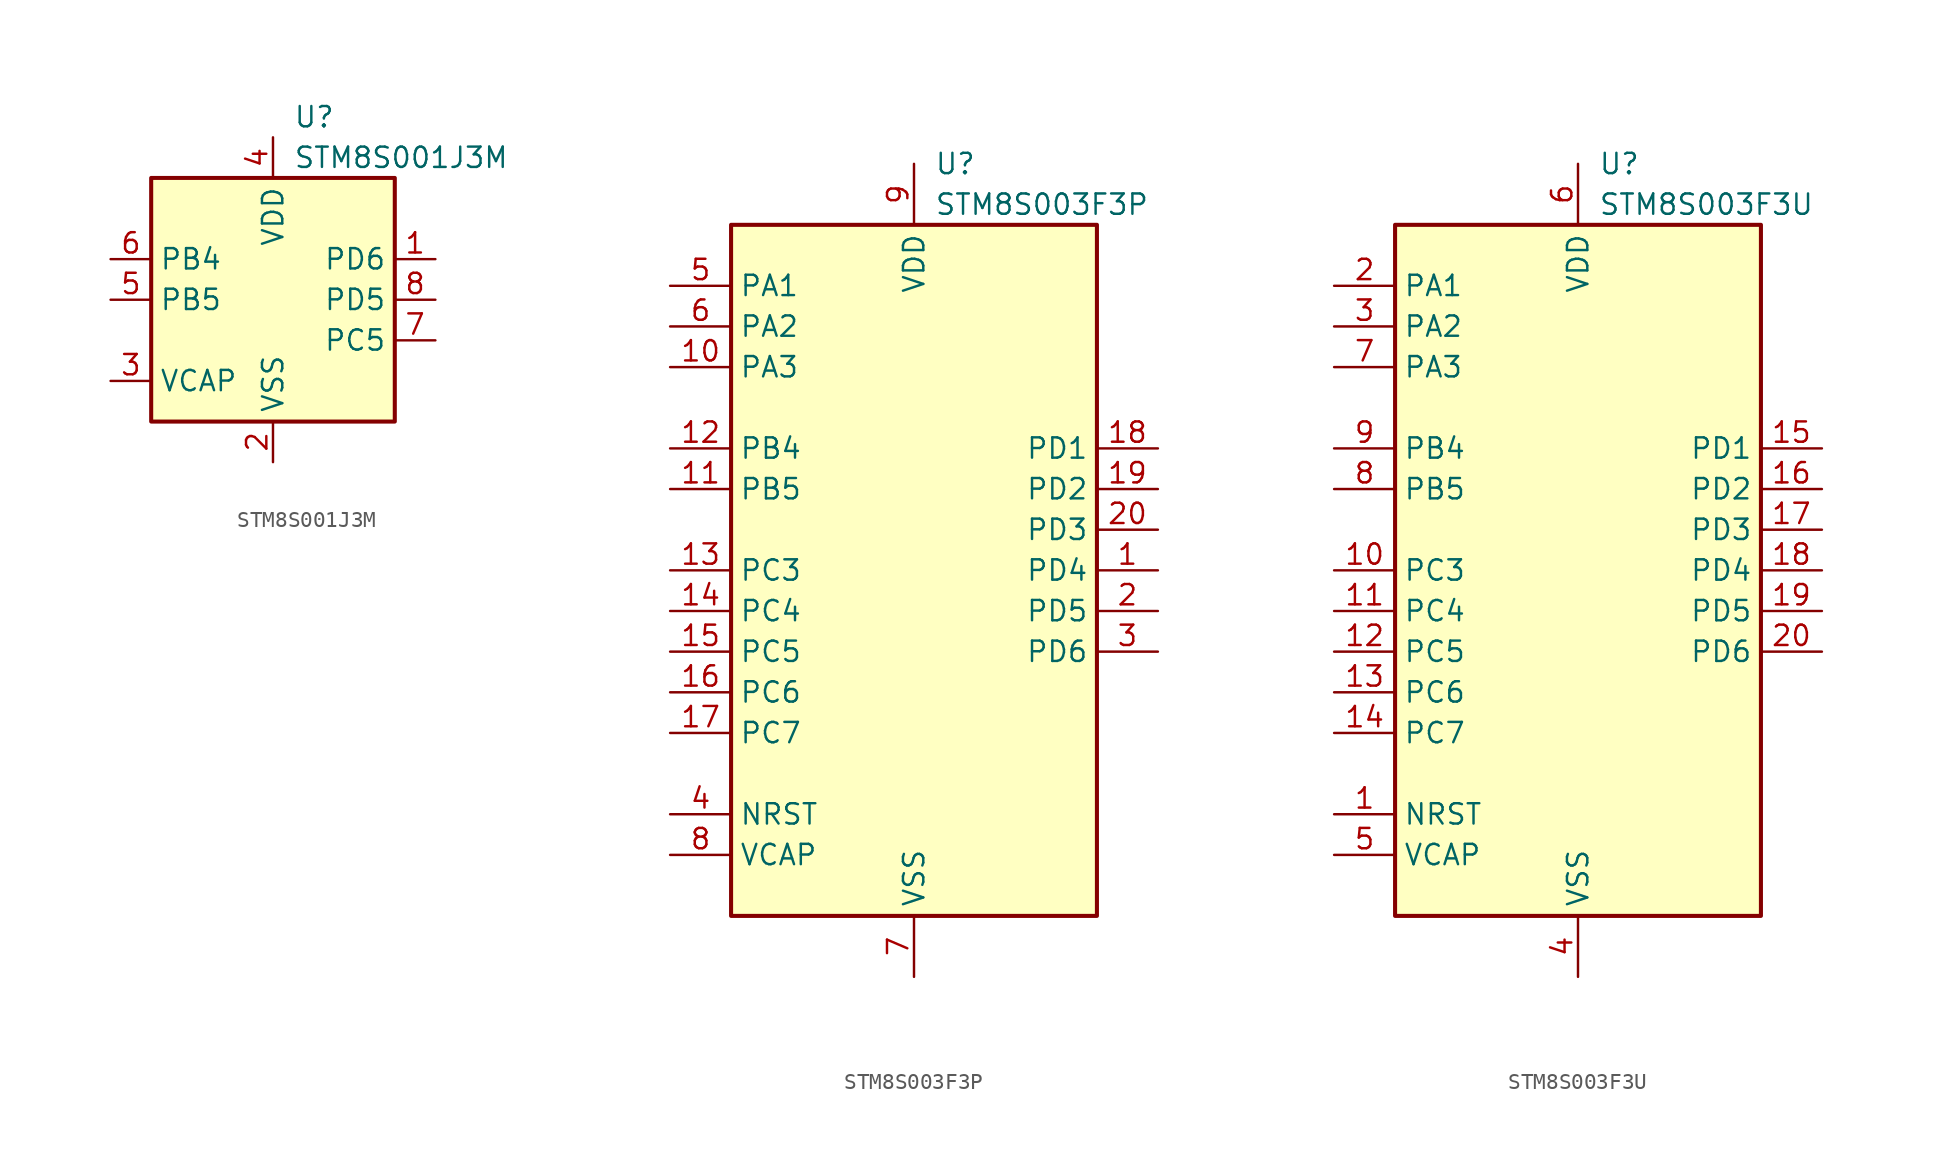
<source format=kicad_sym>
(kicad_symbol_lib
  (version 20211014)
  (generator kicad_symbol_editor)
  (symbol "STM8S001J3M"
    (property "Reference" "U"
      (at 1.27 11.43 0)
      (effects (font (size 1.27 1.27)) (justify left)))
    (property "Value" "STM8S001J3M"
      (at 1.27 8.89 0)
      (effects (font (size 1.27 1.27)) (justify left)))
    (symbol "STM8S001J3M_0_1"
      (rectangle (start -7.62 7.62) (end 7.62 -7.62) (stroke (width 0.254) (type default) (color 0 0 0 0)) (fill (type background))))
    (symbol "STM8S001J3M_1_1"
      (pin bidirectional line (at 10.16 2.54 180) (length 2.54) (name "PD6" (effects (font (size 1.27 1.27)))) (number "1" (effects (font (size 1.27 1.27)))))
      (pin power_in line (at 0 -10.16 90) (length 2.54) (name "VSS" (effects (font (size 1.27 1.27)))) (number "2" (effects (font (size 1.27 1.27)))))
      (pin passive line (at -10.16 -5.08 0) (length 2.54) (name "VCAP" (effects (font (size 1.27 1.27)))) (number "3" (effects (font (size 1.27 1.27)))))
      (pin power_in line (at 0 10.16 270) (length 2.54) (name "VDD" (effects (font (size 1.27 1.27)))) (number "4" (effects (font (size 1.27 1.27)))))
      (pin bidirectional line (at -10.16 0 0) (length 2.54) (name "PB5" (effects (font (size 1.27 1.27)))) (number "5" (effects (font (size 1.27 1.27)))))
      (pin bidirectional line (at -10.16 2.54 0) (length 2.54) (name "PB4" (effects (font (size 1.27 1.27)))) (number "6" (effects (font (size 1.27 1.27)))))
      (pin bidirectional line (at 10.16 -2.54 180) (length 2.54) (name "PC5" (effects (font (size 1.27 1.27)))) (number "7" (effects (font (size 1.27 1.27)))))
      (pin bidirectional line (at 10.16 0 180) (length 2.54) (name "PD5" (effects (font (size 1.27 1.27)))) (number "8" (effects (font (size 1.27 1.27)))))))
  (symbol "STM8S003F3P"
    (property "Reference" "U"
      (at 1.27 25.4 0)
      (effects (font (size 1.27 1.27)) (justify left)))
    (property "Value" "STM8S003F3P"
      (at 1.27 22.86 0)
      (effects (font (size 1.27 1.27)) (justify left)))
    (symbol "STM8S003F3P_0_1"
      (rectangle (start -11.43 21.59) (end 11.43 -21.59) (stroke (width 0.254) (type default) (color 0 0 0 0)) (fill (type background))))
    (symbol "STM8S003F3P_1_1"
      (pin bidirectional line (at 15.24 0 180) (length 3.81) (name "PD4" (effects (font (size 1.27 1.27)))) (number "1" (effects (font (size 1.27 1.27)))))
      (pin bidirectional line (at -15.24 12.7 0) (length 3.81) (name "PA3" (effects (font (size 1.27 1.27)))) (number "10" (effects (font (size 1.27 1.27)))))
      (pin bidirectional line (at -15.24 5.08 0) (length 3.81) (name "PB5" (effects (font (size 1.27 1.27)))) (number "11" (effects (font (size 1.27 1.27)))))
      (pin bidirectional line (at -15.24 7.62 0) (length 3.81) (name "PB4" (effects (font (size 1.27 1.27)))) (number "12" (effects (font (size 1.27 1.27)))))
      (pin bidirectional line (at -15.24 0 0) (length 3.81) (name "PC3" (effects (font (size 1.27 1.27)))) (number "13" (effects (font (size 1.27 1.27)))))
      (pin bidirectional line (at -15.24 -2.54 0) (length 3.81) (name "PC4" (effects (font (size 1.27 1.27)))) (number "14" (effects (font (size 1.27 1.27)))))
      (pin bidirectional line (at -15.24 -5.08 0) (length 3.81) (name "PC5" (effects (font (size 1.27 1.27)))) (number "15" (effects (font (size 1.27 1.27)))))
      (pin bidirectional line (at -15.24 -7.62 0) (length 3.81) (name "PC6" (effects (font (size 1.27 1.27)))) (number "16" (effects (font (size 1.27 1.27)))))
      (pin bidirectional line (at -15.24 -10.16 0) (length 3.81) (name "PC7" (effects (font (size 1.27 1.27)))) (number "17" (effects (font (size 1.27 1.27)))))
      (pin bidirectional line (at 15.24 7.62 180) (length 3.81) (name "PD1" (effects (font (size 1.27 1.27)))) (number "18" (effects (font (size 1.27 1.27)))))
      (pin bidirectional line (at 15.24 5.08 180) (length 3.81) (name "PD2" (effects (font (size 1.27 1.27)))) (number "19" (effects (font (size 1.27 1.27)))))
      (pin bidirectional line (at 15.24 -2.54 180) (length 3.81) (name "PD5" (effects (font (size 1.27 1.27)))) (number "2" (effects (font (size 1.27 1.27)))))
      (pin bidirectional line (at 15.24 2.54 180) (length 3.81) (name "PD3" (effects (font (size 1.27 1.27)))) (number "20" (effects (font (size 1.27 1.27)))))
      (pin bidirectional line (at 15.24 -5.08 180) (length 3.81) (name "PD6" (effects (font (size 1.27 1.27)))) (number "3" (effects (font (size 1.27 1.27)))))
      (pin input line (at -15.24 -15.24 0) (length 3.81) (name "NRST" (effects (font (size 1.27 1.27)))) (number "4" (effects (font (size 1.27 1.27)))))
      (pin bidirectional line (at -15.24 17.78 0) (length 3.81) (name "PA1" (effects (font (size 1.27 1.27)))) (number "5" (effects (font (size 1.27 1.27)))))
      (pin bidirectional line (at -15.24 15.24 0) (length 3.81) (name "PA2" (effects (font (size 1.27 1.27)))) (number "6" (effects (font (size 1.27 1.27)))))
      (pin power_in line (at 0 -25.4 90) (length 3.81) (name "VSS" (effects (font (size 1.27 1.27)))) (number "7" (effects (font (size 1.27 1.27)))))
      (pin passive line (at -15.24 -17.78 0) (length 3.81) (name "VCAP" (effects (font (size 1.27 1.27)))) (number "8" (effects (font (size 1.27 1.27)))))
      (pin power_in line (at 0 25.4 270) (length 3.81) (name "VDD" (effects (font (size 1.27 1.27)))) (number "9" (effects (font (size 1.27 1.27)))))))
  (symbol "STM8S003F3U"
    (property "Reference" "U"
      (at 1.27 25.4 0)
      (effects (font (size 1.27 1.27)) (justify left)))
    (property "Value" "STM8S003F3U"
      (at 1.27 22.86 0)
      (effects (font (size 1.27 1.27)) (justify left)))
    (symbol "STM8S003F3U_0_1"
      (rectangle (start -11.43 21.59) (end 11.43 -21.59) (stroke (width 0.254) (type default) (color 0 0 0 0)) (fill (type background))))
    (symbol "STM8S003F3U_1_1"
      (pin input line (at -15.24 -15.24 0) (length 3.81) (name "NRST" (effects (font (size 1.27 1.27)))) (number "1" (effects (font (size 1.27 1.27)))))
      (pin bidirectional line (at -15.24 0 0) (length 3.81) (name "PC3" (effects (font (size 1.27 1.27)))) (number "10" (effects (font (size 1.27 1.27)))))
      (pin bidirectional line (at -15.24 -2.54 0) (length 3.81) (name "PC4" (effects (font (size 1.27 1.27)))) (number "11" (effects (font (size 1.27 1.27)))))
      (pin bidirectional line (at -15.24 -5.08 0) (length 3.81) (name "PC5" (effects (font (size 1.27 1.27)))) (number "12" (effects (font (size 1.27 1.27)))))
      (pin bidirectional line (at -15.24 -7.62 0) (length 3.81) (name "PC6" (effects (font (size 1.27 1.27)))) (number "13" (effects (font (size 1.27 1.27)))))
      (pin bidirectional line (at -15.24 -10.16 0) (length 3.81) (name "PC7" (effects (font (size 1.27 1.27)))) (number "14" (effects (font (size 1.27 1.27)))))
      (pin bidirectional line (at 15.24 7.62 180) (length 3.81) (name "PD1" (effects (font (size 1.27 1.27)))) (number "15" (effects (font (size 1.27 1.27)))))
      (pin bidirectional line (at 15.24 5.08 180) (length 3.81) (name "PD2" (effects (font (size 1.27 1.27)))) (number "16" (effects (font (size 1.27 1.27)))))
      (pin bidirectional line (at 15.24 2.54 180) (length 3.81) (name "PD3" (effects (font (size 1.27 1.27)))) (number "17" (effects (font (size 1.27 1.27)))))
      (pin bidirectional line (at 15.24 0 180) (length 3.81) (name "PD4" (effects (font (size 1.27 1.27)))) (number "18" (effects (font (size 1.27 1.27)))))
      (pin bidirectional line (at 15.24 -2.54 180) (length 3.81) (name "PD5" (effects (font (size 1.27 1.27)))) (number "19" (effects (font (size 1.27 1.27)))))
      (pin bidirectional line (at -15.24 17.78 0) (length 3.81) (name "PA1" (effects (font (size 1.27 1.27)))) (number "2" (effects (font (size 1.27 1.27)))))
      (pin bidirectional line (at 15.24 -5.08 180) (length 3.81) (name "PD6" (effects (font (size 1.27 1.27)))) (number "20" (effects (font (size 1.27 1.27)))))
      (pin bidirectional line (at -15.24 15.24 0) (length 3.81) (name "PA2" (effects (font (size 1.27 1.27)))) (number "3" (effects (font (size 1.27 1.27)))))
      (pin power_in line (at 0 -25.4 90) (length 3.81) (name "VSS" (effects (font (size 1.27 1.27)))) (number "4" (effects (font (size 1.27 1.27)))))
      (pin passive line (at -15.24 -17.78 0) (length 3.81) (name "VCAP" (effects (font (size 1.27 1.27)))) (number "5" (effects (font (size 1.27 1.27)))))
      (pin power_in line (at 0 25.4 270) (length 3.81) (name "VDD" (effects (font (size 1.27 1.27)))) (number "6" (effects (font (size 1.27 1.27)))))
      (pin bidirectional line (at -15.24 12.7 0) (length 3.81) (name "PA3" (effects (font (size 1.27 1.27)))) (number "7" (effects (font (size 1.27 1.27)))))
      (pin bidirectional line (at -15.24 5.08 0) (length 3.81) (name "PB5" (effects (font (size 1.27 1.27)))) (number "8" (effects (font (size 1.27 1.27)))))
      (pin bidirectional line (at -15.24 7.62 0) (length 3.81) (name "PB4" (effects (font (size 1.27 1.27)))) (number "9" (effects (font (size 1.27 1.27))))))))
</source>
